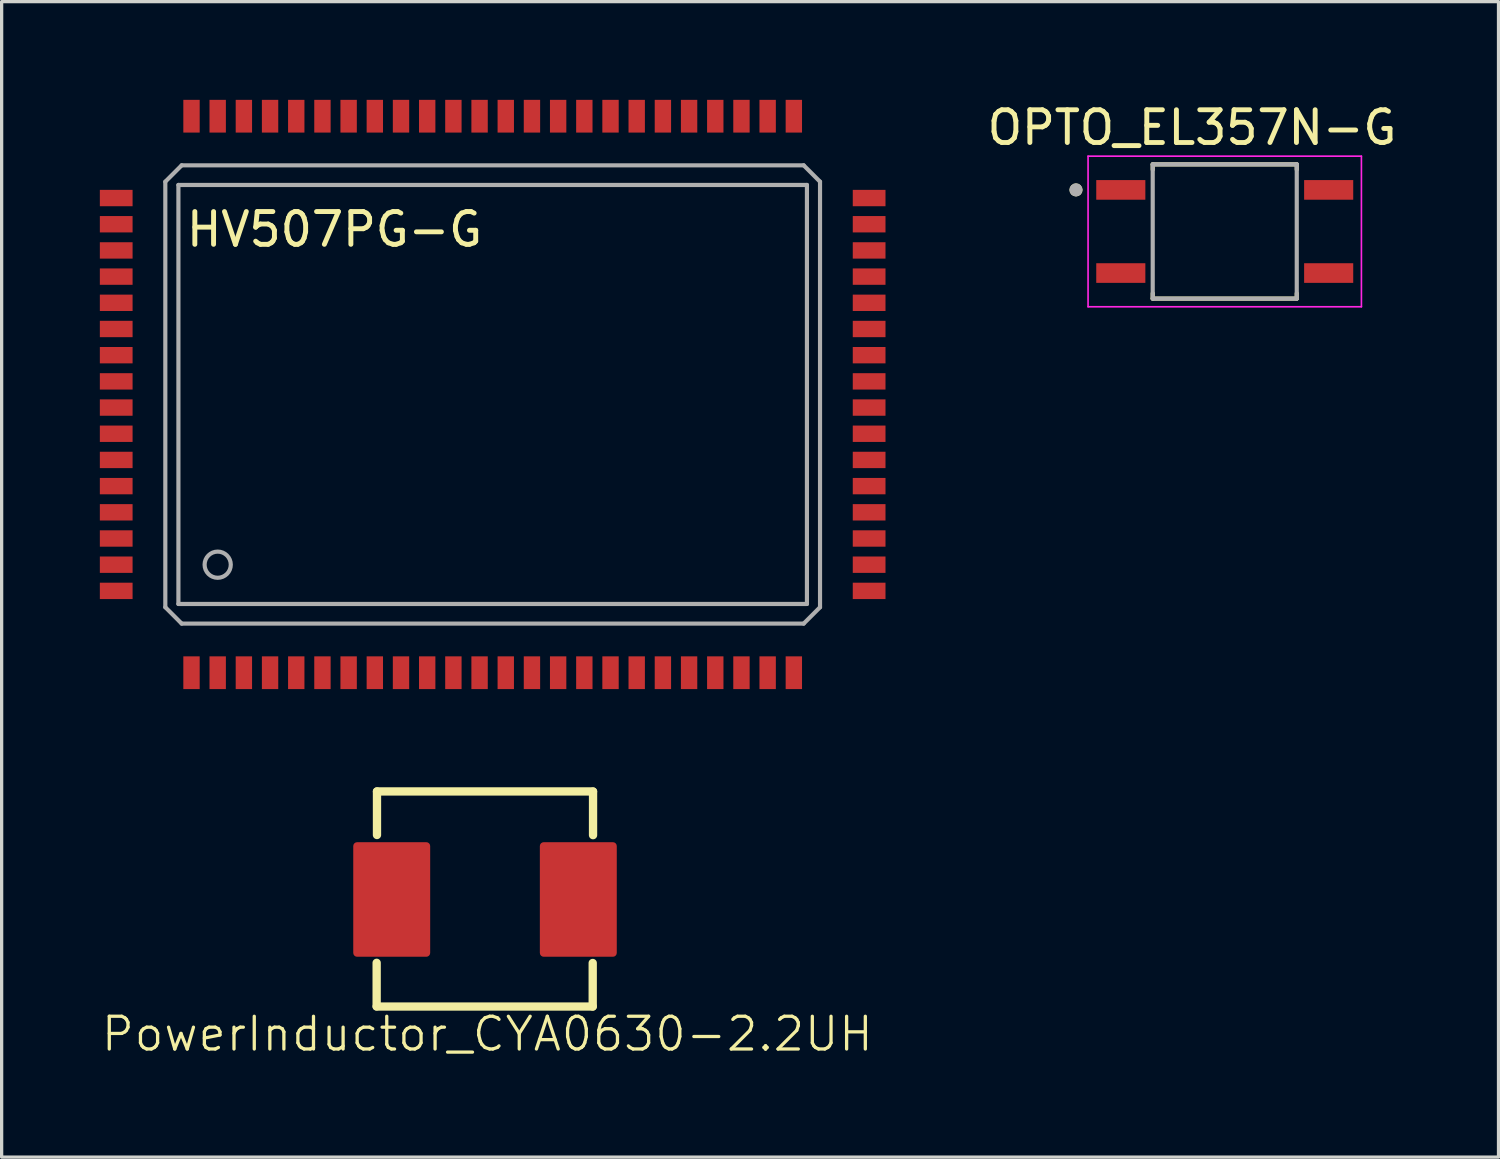
<source format=kicad_pcb>
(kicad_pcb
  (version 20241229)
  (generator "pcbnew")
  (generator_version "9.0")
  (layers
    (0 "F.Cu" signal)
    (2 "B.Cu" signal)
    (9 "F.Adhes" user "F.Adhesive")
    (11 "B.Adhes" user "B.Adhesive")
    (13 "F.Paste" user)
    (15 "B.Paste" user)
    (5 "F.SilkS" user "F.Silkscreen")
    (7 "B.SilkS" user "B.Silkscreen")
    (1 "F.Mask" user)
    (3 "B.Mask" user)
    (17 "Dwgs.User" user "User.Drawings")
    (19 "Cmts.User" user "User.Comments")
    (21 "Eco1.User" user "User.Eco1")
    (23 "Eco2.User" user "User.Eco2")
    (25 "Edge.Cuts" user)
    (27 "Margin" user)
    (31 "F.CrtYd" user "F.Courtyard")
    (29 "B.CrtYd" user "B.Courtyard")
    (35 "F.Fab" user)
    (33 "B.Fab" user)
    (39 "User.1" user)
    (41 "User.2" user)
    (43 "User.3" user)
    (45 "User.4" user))
  (footprint "OPTO_EL357N-G"
    (layer "F.Cu")
    (at 34.363 4.021)
    (property "Reference" "OPTO_EL357N-G" (at -1 -3.173 0) (layer "F.SilkS") (effects (font (size 1 1) (thickness 0.15))))
    (attr smd)
    (fp_line (start -2.2 -2.05) (end 2.2 -2.05) (stroke (width 0.127) (type solid)) (layer "F.SilkS"))
    (fp_line (start -2.2 -1.89) (end -2.2 -2.05) (stroke (width 0.127) (type solid)) (layer "F.SilkS"))
    (fp_line (start -2.2 2.05) (end -2.2 1.89) (stroke (width 0.127) (type solid)) (layer "F.SilkS"))
    (fp_line (start 2.2 -2.05) (end 2.2 -1.89) (stroke (width 0.127) (type solid)) (layer "F.SilkS"))
    (fp_line (start 2.2 2.05) (end -2.2 2.05) (stroke (width 0.127) (type solid)) (layer "F.SilkS"))
    (fp_line (start 2.2 2.05) (end 2.2 1.89) (stroke (width 0.127) (type solid)) (layer "F.SilkS"))
    (fp_circle (center -4.544 -1.27) (end -4.444 -1.27) (stroke (width 0.2) (type solid)) (fill no) (layer "F.SilkS"))
    (fp_line (start -4.175 -2.3) (end -4.175 2.3) (stroke (width 0.05) (type solid)) (layer "F.CrtYd"))
    (fp_line (start -4.175 2.3) (end 4.175 2.3) (stroke (width 0.05) (type solid)) (layer "F.CrtYd"))
    (fp_line (start 4.175 -2.3) (end -4.175 -2.3) (stroke (width 0.05) (type solid)) (layer "F.CrtYd"))
    (fp_line (start 4.175 2.3) (end 4.175 -2.3) (stroke (width 0.05) (type solid)) (layer "F.CrtYd"))
    (fp_line (start -2.2 -2.05) (end 2.2 -2.05) (stroke (width 0.127) (type solid)) (layer "F.Fab"))
    (fp_line (start -2.2 2.05) (end -2.2 -2.05) (stroke (width 0.127) (type solid)) (layer "F.Fab"))
    (fp_line (start 2.2 -2.05) (end 2.2 2.05) (stroke (width 0.127) (type solid)) (layer "F.Fab"))
    (fp_line (start 2.2 2.05) (end -2.2 2.05) (stroke (width 0.127) (type solid)) (layer "F.Fab"))
    (fp_circle (center -4.544 -1.27) (end -4.444 -1.27) (stroke (width 0.2) (type solid)) (fill no) (layer "F.Fab"))
    (pad "1" smd rect (at -3.175 -1.27) (size 1.5 0.6) (layers "F.Cu" "F.Mask" "F.Paste"))
    (pad "2" smd rect (at -3.175 1.27) (size 1.5 0.6) (layers "F.Cu" "F.Mask" "F.Paste"))
    (pad "3" smd rect (at 3.175 1.27) (size 1.5 0.6) (layers "F.Cu" "F.Mask" "F.Paste"))
    (pad "4" smd rect (at 3.175 -1.27) (size 1.5 0.6) (layers "F.Cu" "F.Mask" "F.Paste")))
  (footprint "PowerInductor_CYA0630-2.2UH"
    (layer "F.Cu")
    (at 11.766 24.427)
    (property "Reference" "PowerInductor_CYA0630-2.2UH" (at 0.07 4.11 0) (unlocked yes) (layer "F.SilkS") (effects (font (size 1 1) (thickness 0.1))))
    (attr smd)
    (fp_line (start -3.31 3.265) (end -3.31 1.935) (stroke (width 0.254) (type solid)) (layer "F.SilkS"))
    (fp_line (start -3.3 -3.3) (end -3.3 -1.97) (stroke (width 0.254) (type solid)) (layer "F.SilkS"))
    (fp_line (start -3.3 -3.3) (end 3.3 -3.3) (stroke (width 0.254) (type solid)) (layer "F.SilkS"))
    (fp_line (start 3.29 3.27) (end -3.31 3.27) (stroke (width 0.254) (type solid)) (layer "F.SilkS"))
    (fp_line (start 3.29 3.27) (end 3.29 1.94) (stroke (width 0.254) (type solid)) (layer "F.SilkS"))
    (fp_line (start 3.3 -3.295) (end 3.3 -1.965) (stroke (width 0.254) (type solid)) (layer "F.SilkS"))
    (pad "1" smd roundrect (at -2.85 0 90) (size 3.5 2.35) (layers "F.Cu" "F.Mask" "F.Paste") (roundrect_rratio 0.05))
    (pad "2" smd roundrect (at 2.85 0 90) (size 3.5 2.35) (layers "F.Cu" "F.Mask" "F.Paste") (roundrect_rratio 0.05)))
  (footprint "HV507PG-G"
    (layer "F.Cu")
    (at 12 9)
    (property "Reference" "HV507PG-G" (at -4.832 -5.042 0) (layer "F.SilkS") (effects (font (size 1.001 1.001) (thickness 0.15))))
    (attr smd)
    (fp_line (start -10 -6.5) (end -10 6.5) (stroke (width 0.127) (type solid)) (layer "F.Fab"))
    (fp_line (start -10 6.5) (end -9.5 7) (stroke (width 0.127) (type solid)) (layer "F.Fab"))
    (fp_line (start -9.6 -6.4) (end 9.6 -6.4) (stroke (width 0.127) (type solid)) (layer "F.Fab"))
    (fp_line (start -9.6 6.4) (end -9.6 -6.4) (stroke (width 0.127) (type solid)) (layer "F.Fab"))
    (fp_line (start -9.5 -7) (end -10 -6.5) (stroke (width 0.127) (type solid)) (layer "F.Fab"))
    (fp_line (start -9.5 7) (end 9.5 7) (stroke (width 0.127) (type solid)) (layer "F.Fab"))
    (fp_line (start 9.5 -7) (end -9.5 -7) (stroke (width 0.127) (type solid)) (layer "F.Fab"))
    (fp_line (start 9.5 7) (end 10 6.5) (stroke (width 0.127) (type solid)) (layer "F.Fab"))
    (fp_line (start 9.6 -6.4) (end 9.6 6.4) (stroke (width 0.127) (type solid)) (layer "F.Fab"))
    (fp_line (start 9.6 6.4) (end -9.6 6.4) (stroke (width 0.127) (type solid)) (layer "F.Fab"))
    (fp_line (start 10 -6.5) (end 9.5 -7) (stroke (width 0.127) (type solid)) (layer "F.Fab"))
    (fp_line (start 10 6.5) (end 10 -6.5) (stroke (width 0.127) (type solid)) (layer "F.Fab"))
    (fp_circle (center -8.4 5.2) (end -8 5.2) (stroke (width 0.127) (type solid)) (fill no) (layer "F.Fab"))
    (pad "1" smd rect (at -9.2 8.5) (size 0.5 1) (layers "F.Cu" "F.Mask" "F.Paste"))
    (pad "2" smd rect (at -8.4 8.5) (size 0.5 1) (layers "F.Cu" "F.Mask" "F.Paste"))
    (pad "3" smd rect (at -7.6 8.5) (size 0.5 1) (layers "F.Cu" "F.Mask" "F.Paste"))
    (pad "4" smd rect (at -6.8 8.5) (size 0.5 1) (layers "F.Cu" "F.Mask" "F.Paste"))
    (pad "5" smd rect (at -6 8.5) (size 0.5 1) (layers "F.Cu" "F.Mask" "F.Paste"))
    (pad "6" smd rect (at -5.2 8.5) (size 0.5 1) (layers "F.Cu" "F.Mask" "F.Paste"))
    (pad "7" smd rect (at -4.4 8.5) (size 0.5 1) (layers "F.Cu" "F.Mask" "F.Paste"))
    (pad "8" smd rect (at -3.6 8.5) (size 0.5 1) (layers "F.Cu" "F.Mask" "F.Paste"))
    (pad "9" smd rect (at -2.8 8.5) (size 0.5 1) (layers "F.Cu" "F.Mask" "F.Paste"))
    (pad "10" smd rect (at -2 8.5) (size 0.5 1) (layers "F.Cu" "F.Mask" "F.Paste"))
    (pad "11" smd rect (at -1.2 8.5) (size 0.5 1) (layers "F.Cu" "F.Mask" "F.Paste"))
    (pad "12" smd rect (at -0.4 8.5) (size 0.5 1) (layers "F.Cu" "F.Mask" "F.Paste"))
    (pad "13" smd rect (at 0.4 8.5) (size 0.5 1) (layers "F.Cu" "F.Mask" "F.Paste"))
    (pad "14" smd rect (at 1.2 8.5) (size 0.5 1) (layers "F.Cu" "F.Mask" "F.Paste"))
    (pad "15" smd rect (at 2 8.5) (size 0.5 1) (layers "F.Cu" "F.Mask" "F.Paste"))
    (pad "16" smd rect (at 2.8 8.5) (size 0.5 1) (layers "F.Cu" "F.Mask" "F.Paste"))
    (pad "17" smd rect (at 3.6 8.5) (size 0.5 1) (layers "F.Cu" "F.Mask" "F.Paste"))
    (pad "18" smd rect (at 4.4 8.5) (size 0.5 1) (layers "F.Cu" "F.Mask" "F.Paste"))
    (pad "19" smd rect (at 5.2 8.5) (size 0.5 1) (layers "F.Cu" "F.Mask" "F.Paste"))
    (pad "20" smd rect (at 6 8.5) (size 0.5 1) (layers "F.Cu" "F.Mask" "F.Paste"))
    (pad "21" smd rect (at 6.8 8.5) (size 0.5 1) (layers "F.Cu" "F.Mask" "F.Paste"))
    (pad "22" smd rect (at 7.6 8.5) (size 0.5 1) (layers "F.Cu" "F.Mask" "F.Paste"))
    (pad "23" smd rect (at 8.4 8.5) (size 0.5 1) (layers "F.Cu" "F.Mask" "F.Paste"))
    (pad "24" smd rect (at 9.2 8.5) (size 0.5 1) (layers "F.Cu" "F.Mask" "F.Paste"))
    (pad "25" smd rect (at 11.5 6) (size 1 0.5) (layers "F.Cu" "F.Mask" "F.Paste"))
    (pad "26" smd rect (at 11.5 5.2) (size 1 0.5) (layers "F.Cu" "F.Mask" "F.Paste"))
    (pad "27" smd rect (at 11.5 4.4) (size 1 0.5) (layers "F.Cu" "F.Mask" "F.Paste"))
    (pad "28" smd rect (at 11.5 3.6) (size 1 0.5) (layers "F.Cu" "F.Mask" "F.Paste"))
    (pad "29" smd rect (at 11.5 2.8) (size 1 0.5) (layers "F.Cu" "F.Mask" "F.Paste"))
    (pad "30" smd rect (at 11.5 2) (size 1 0.5) (layers "F.Cu" "F.Mask" "F.Paste"))
    (pad "31" smd rect (at 11.5 1.2) (size 1 0.5) (layers "F.Cu" "F.Mask" "F.Paste"))
    (pad "32" smd rect (at 11.5 0.4) (size 1 0.5) (layers "F.Cu" "F.Mask" "F.Paste"))
    (pad "33" smd rect (at 11.5 -0.4) (size 1 0.5) (layers "F.Cu" "F.Mask" "F.Paste"))
    (pad "34" smd rect (at 11.5 -1.2) (size 1 0.5) (layers "F.Cu" "F.Mask" "F.Paste"))
    (pad "35" smd rect (at 11.5 -2) (size 1 0.5) (layers "F.Cu" "F.Mask" "F.Paste"))
    (pad "36" smd rect (at 11.5 -2.8) (size 1 0.5) (layers "F.Cu" "F.Mask" "F.Paste"))
    (pad "37" smd rect (at 11.5 -3.6) (size 1 0.5) (layers "F.Cu" "F.Mask" "F.Paste"))
    (pad "38" smd rect (at 11.5 -4.4) (size 1 0.5) (layers "F.Cu" "F.Mask" "F.Paste"))
    (pad "39" smd rect (at 11.5 -5.2) (size 1 0.5) (layers "F.Cu" "F.Mask" "F.Paste"))
    (pad "40" smd rect (at 11.5 -6) (size 1 0.5) (layers "F.Cu" "F.Mask" "F.Paste"))
    (pad "41" smd rect (at 9.2 -8.5) (size 0.5 1) (layers "F.Cu" "F.Mask" "F.Paste"))
    (pad "42" smd rect (at 8.4 -8.5) (size 0.5 1) (layers "F.Cu" "F.Mask" "F.Paste"))
    (pad "43" smd rect (at 7.6 -8.5) (size 0.5 1) (layers "F.Cu" "F.Mask" "F.Paste"))
    (pad "44" smd rect (at 6.8 -8.5) (size 0.5 1) (layers "F.Cu" "F.Mask" "F.Paste"))
    (pad "45" smd rect (at 6 -8.5) (size 0.5 1) (layers "F.Cu" "F.Mask" "F.Paste"))
    (pad "46" smd rect (at 5.2 -8.5) (size 0.5 1) (layers "F.Cu" "F.Mask" "F.Paste"))
    (pad "47" smd rect (at 4.4 -8.5) (size 0.5 1) (layers "F.Cu" "F.Mask" "F.Paste"))
    (pad "48" smd rect (at 3.6 -8.5) (size 0.5 1) (layers "F.Cu" "F.Mask" "F.Paste"))
    (pad "49" smd rect (at 2.8 -8.5) (size 0.5 1) (layers "F.Cu" "F.Mask" "F.Paste"))
    (pad "50" smd rect (at 2 -8.5) (size 0.5 1) (layers "F.Cu" "F.Mask" "F.Paste"))
    (pad "51" smd rect (at 1.2 -8.5) (size 0.5 1) (layers "F.Cu" "F.Mask" "F.Paste"))
    (pad "52" smd rect (at 0.4 -8.5) (size 0.5 1) (layers "F.Cu" "F.Mask" "F.Paste"))
    (pad "53" smd rect (at -0.4 -8.5) (size 0.5 1) (layers "F.Cu" "F.Mask" "F.Paste"))
    (pad "54" smd rect (at -1.2 -8.5) (size 0.5 1) (layers "F.Cu" "F.Mask" "F.Paste"))
    (pad "55" smd rect (at -2 -8.5) (size 0.5 1) (layers "F.Cu" "F.Mask" "F.Paste"))
    (pad "56" smd rect (at -2.8 -8.5) (size 0.5 1) (layers "F.Cu" "F.Mask" "F.Paste"))
    (pad "57" smd rect (at -3.6 -8.5) (size 0.5 1) (layers "F.Cu" "F.Mask" "F.Paste"))
    (pad "58" smd rect (at -4.4 -8.5) (size 0.5 1) (layers "F.Cu" "F.Mask" "F.Paste"))
    (pad "59" smd rect (at -5.2 -8.5) (size 0.5 1) (layers "F.Cu" "F.Mask" "F.Paste"))
    (pad "60" smd rect (at -6 -8.5) (size 0.5 1) (layers "F.Cu" "F.Mask" "F.Paste"))
    (pad "61" smd rect (at -6.8 -8.5) (size 0.5 1) (layers "F.Cu" "F.Mask" "F.Paste"))
    (pad "62" smd rect (at -7.6 -8.5) (size 0.5 1) (layers "F.Cu" "F.Mask" "F.Paste"))
    (pad "63" smd rect (at -8.4 -8.5) (size 0.5 1) (layers "F.Cu" "F.Mask" "F.Paste"))
    (pad "64" smd rect (at -9.2 -8.5) (size 0.5 1) (layers "F.Cu" "F.Mask" "F.Paste"))
    (pad "65" smd rect (at -11.5 -6) (size 1 0.5) (layers "F.Cu" "F.Mask" "F.Paste"))
    (pad "66" smd rect (at -11.5 -5.2) (size 1 0.5) (layers "F.Cu" "F.Mask" "F.Paste"))
    (pad "67" smd rect (at -11.5 -4.4) (size 1 0.5) (layers "F.Cu" "F.Mask" "F.Paste"))
    (pad "68" smd rect (at -11.5 -3.6) (size 1 0.5) (layers "F.Cu" "F.Mask" "F.Paste"))
    (pad "69" smd rect (at -11.5 -2.8) (size 1 0.5) (layers "F.Cu" "F.Mask" "F.Paste"))
    (pad "70" smd rect (at -11.5 -2) (size 1 0.5) (layers "F.Cu" "F.Mask" "F.Paste"))
    (pad "71" smd rect (at -11.5 -1.2) (size 1 0.5) (layers "F.Cu" "F.Mask" "F.Paste"))
    (pad "72" smd rect (at -11.5 -0.4) (size 1 0.5) (layers "F.Cu" "F.Mask" "F.Paste"))
    (pad "73" smd rect (at -11.5 0.4) (size 1 0.5) (layers "F.Cu" "F.Mask" "F.Paste"))
    (pad "74" smd rect (at -11.5 1.2) (size 1 0.5) (layers "F.Cu" "F.Mask" "F.Paste"))
    (pad "75" smd rect (at -11.5 2) (size 1 0.5) (layers "F.Cu" "F.Mask" "F.Paste"))
    (pad "76" smd rect (at -11.5 2.8) (size 1 0.5) (layers "F.Cu" "F.Mask" "F.Paste"))
    (pad "77" smd rect (at -11.5 3.6) (size 1 0.5) (layers "F.Cu" "F.Mask" "F.Paste"))
    (pad "78" smd rect (at -11.5 4.4) (size 1 0.5) (layers "F.Cu" "F.Mask" "F.Paste"))
    (pad "79" smd rect (at -11.5 5.2) (size 1 0.5) (layers "F.Cu" "F.Mask" "F.Paste"))
    (pad "80" smd rect (at -11.5 6) (size 1 0.5) (layers "F.Cu" "F.Mask" "F.Paste")))
  (gr_rect
    (start -3 -3)
    (end 42.726 32.297)
    (stroke (width 0.1) (type default))
    (fill no)
    (layer "Edge.Cuts")))
</source>
